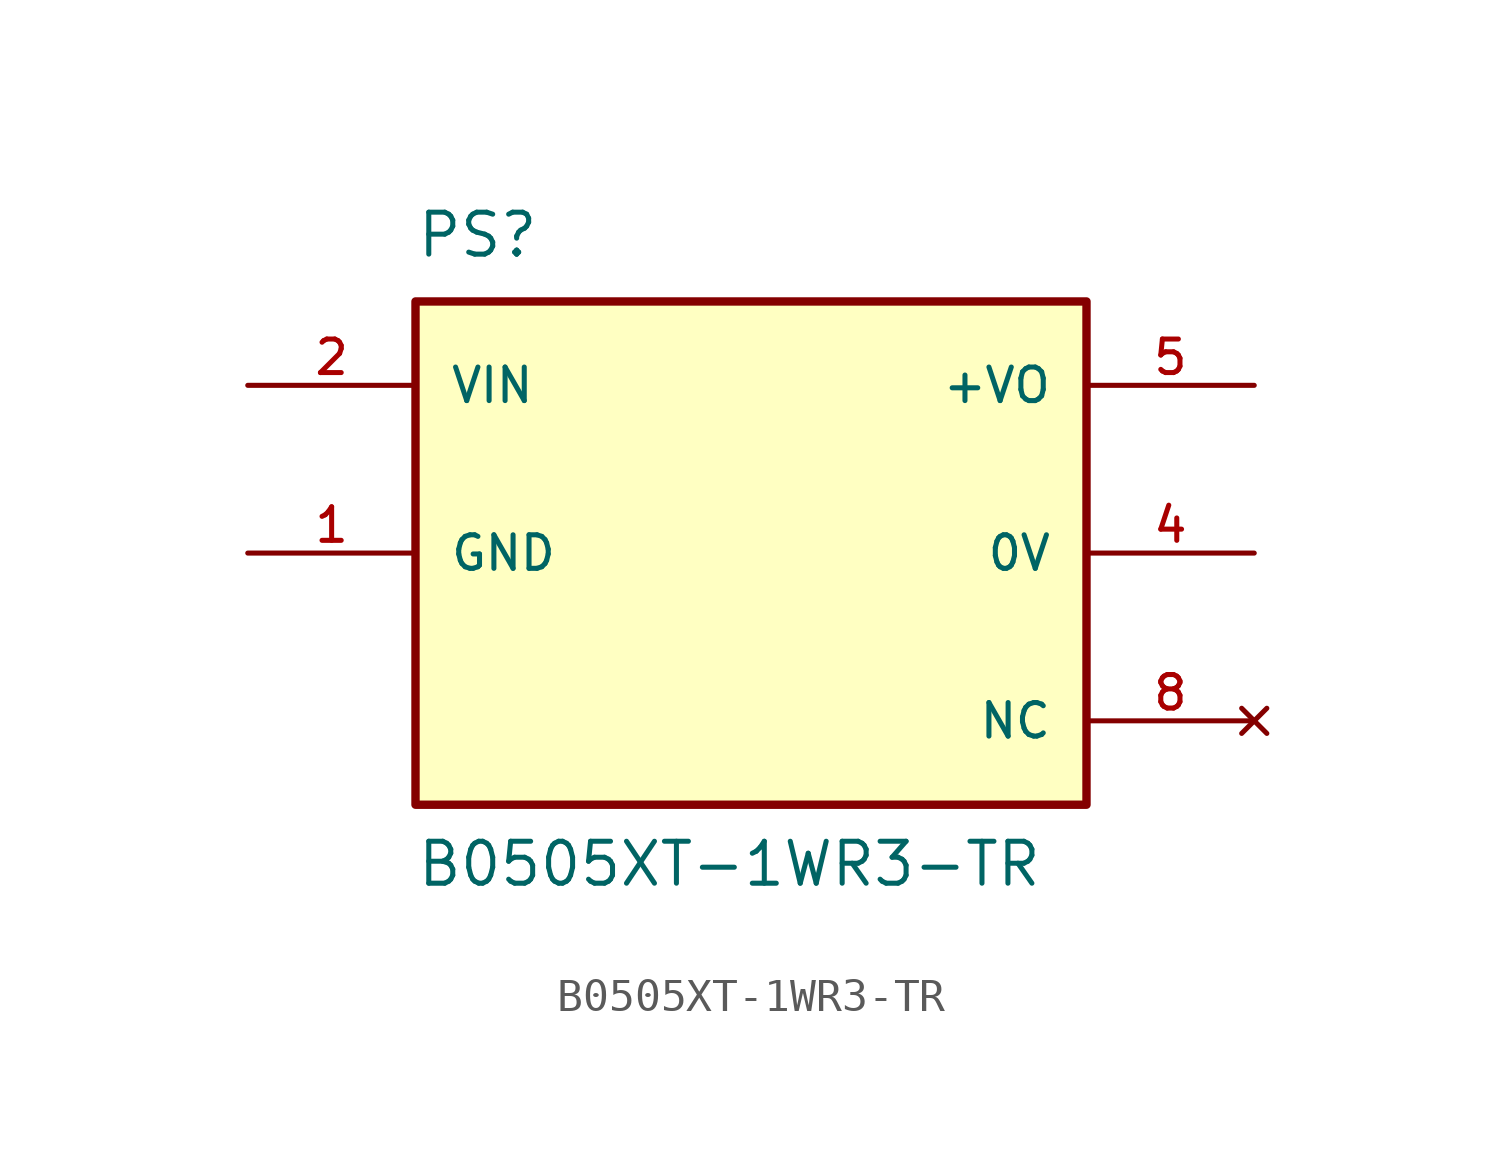
<source format=kicad_sym>
(kicad_symbol_lib
  (version 20211014)
  (generator kicad_symbol_editor)
  (symbol "B0505XT-1WR3-TR"
    (pin_names
      (offset 1.016))
    (property "Reference" "PS"
      (at -10.16 8.89 0)
      (effects (font (size 1.27 1.27)) (justify bottom left)))
    (property "Value" "B0505XT-1WR3-TR"
      (at -10.16 -10.16 0)
      (effects (font (size 1.27 1.27)) (justify bottom left)))
    (symbol "B0505XT-1WR3-TR_0_0"
      (rectangle (start -10.16 -7.62) (end 10.16 7.62) (stroke (width 0.254)) (fill (type background)))
      (pin input line (at -15.24 5.08 0) (length 5.08) (name "VIN" (effects (font (size 1.016 1.016)))) (number "2" (effects (font (size 1.016 1.016)))))
      (pin no_connect line (at 15.24 -5.08 180.0) (length 5.08) (name "NC" (effects (font (size 1.016 1.016)))) (number "8" (effects (font (size 1.016 1.016)))))
      (pin output line (at 15.24 5.08 180.0) (length 5.08) (name "+VO" (effects (font (size 1.016 1.016)))) (number "5" (effects (font (size 1.016 1.016)))))
      (pin power_in line (at -15.24 0.0 0) (length 5.08) (name "GND" (effects (font (size 1.016 1.016)))) (number "1" (effects (font (size 1.016 1.016)))))
      (pin passive line (at 15.24 0.0 180.0) (length 5.08) (name "0V" (effects (font (size 1.016 1.016)))) (number "4" (effects (font (size 1.016 1.016))))))))
</source>
